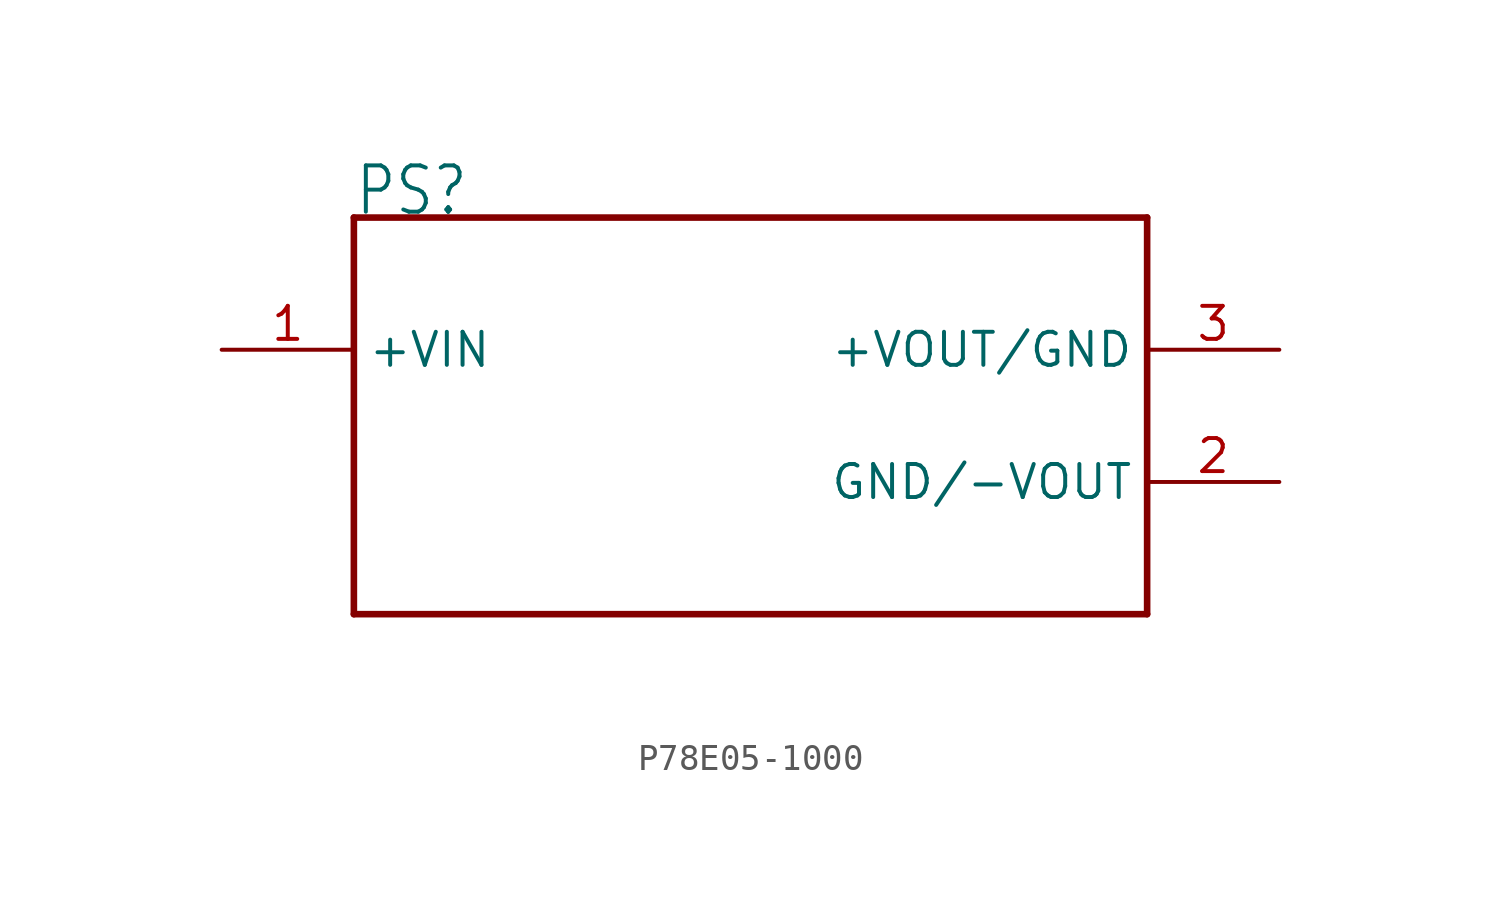
<source format=kicad_sym>
(kicad_symbol_lib
  (version 20220914)
  (generator kicad_symbol_editor)
  (symbol "P78E05-1000"
    (property "Reference" "PS"
      (at -15.24 7.62 0)
      (effects (font (size 1.778 1.511)) (justify left bottom)))
    (property "Value" ""
      (at -15.24 -10.16 0)
      (effects (font (size 1.778 1.511)) (justify left bottom)))
    (property "ki_locked" ""
      (at 0 0 0)
      (effects (font (size 1.27 1.27))))
    (symbol "P78E05-1000_1_0"
      (polyline (pts (xy -15.24 -7.62) (xy 15.24 -7.62)) (stroke (width 0.254) (type solid)) (fill (type none)))
      (polyline (pts (xy -15.24 7.62) (xy -15.24 -7.62)) (stroke (width 0.254) (type solid)) (fill (type none)))
      (polyline (pts (xy 15.24 -7.62) (xy 15.24 7.62)) (stroke (width 0.254) (type solid)) (fill (type none)))
      (polyline (pts (xy 15.24 7.62) (xy -15.24 7.62)) (stroke (width 0.254) (type solid)) (fill (type none)))
      (pin input line (at -20.32 2.54 0) (length 5.08) (name "+VIN" (effects (font (size 1.27 1.27)))) (number "1" (effects (font (size 1.27 1.27)))))
      (pin power_in line (at 20.32 -2.54 180) (length 5.08) (name "GND/-VOUT" (effects (font (size 1.27 1.27)))) (number "2" (effects (font (size 1.27 1.27)))))
      (pin power_in line (at 20.32 2.54 180) (length 5.08) (name "+VOUT/GND" (effects (font (size 1.27 1.27)))) (number "3" (effects (font (size 1.27 1.27))))))))
</source>
